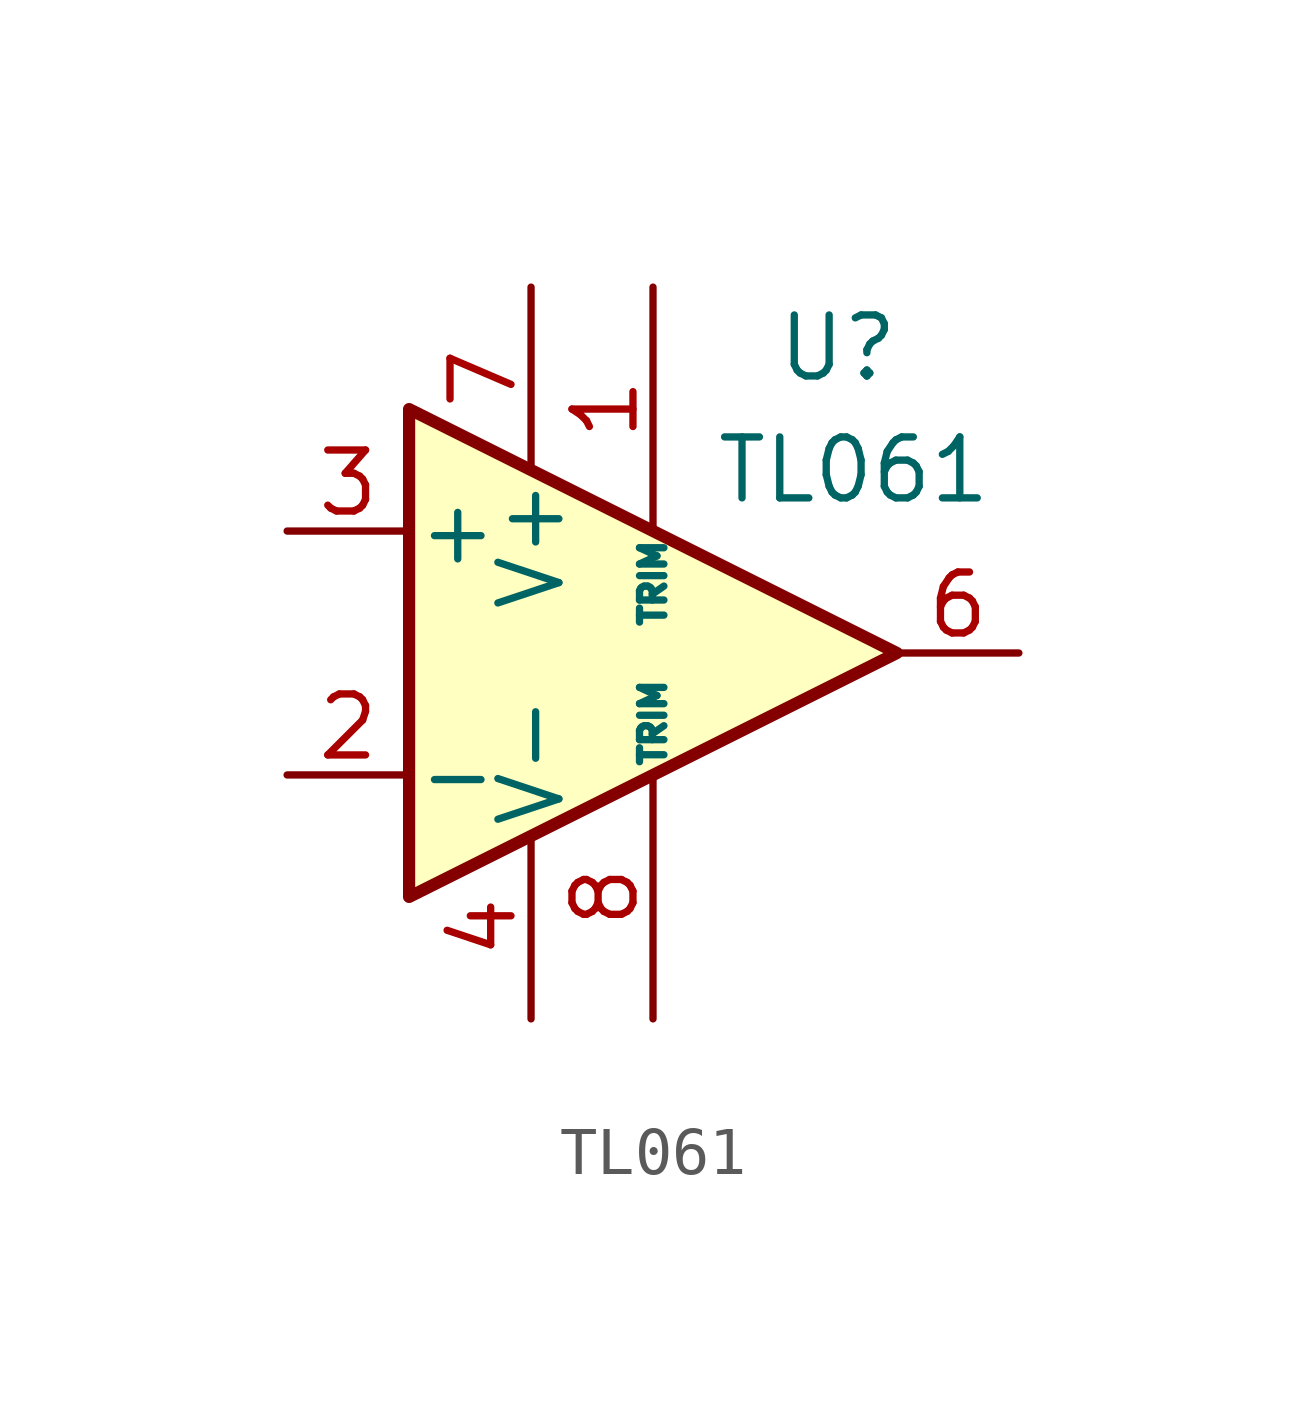
<source format=kicad_sym>
(kicad_symbol_lib
  (version 20220914)
  (generator kicad_symbol_editor)
  (symbol "TL061"
    (pin_names
      (offset 0.127))
    (property "Reference" "U"
      (at 2.54 6.35 0)
      (effects (font (size 1.27 1.27)) (justify left)))
    (property "Value" "TL061"
      (at 1.27 3.81 0)
      (effects (font (size 1.27 1.27)) (justify left)))
    (symbol "TL061_0_1"
      (polyline (pts (xy -5.08 5.08) (xy 5.08 0) (xy -5.08 -5.08) (xy -5.08 5.08)) (stroke (width 0.254) (type solid)) (fill (type background))))
    (symbol "TL061_1_1"
      (pin input line (at 0 7.62 270) (length 5.08) (name "TRIM" (effects (font (size 0.508 0.508)))) (number "1" (effects (font (size 1.27 1.27)))))
      (pin input line (at -7.62 -2.54 0) (length 2.54) (name "-" (effects (font (size 1.27 1.27)))) (number "2" (effects (font (size 1.27 1.27)))))
      (pin input line (at -7.62 2.54 0) (length 2.54) (name "+" (effects (font (size 1.27 1.27)))) (number "3" (effects (font (size 1.27 1.27)))))
      (pin power_in line (at -2.54 -7.62 90) (length 3.81) (name "V-" (effects (font (size 1.27 1.27)))) (number "4" (effects (font (size 1.27 1.27)))))
      (pin no_connect non_logic (at 2.54 -1.27 90) (length 0) hide (name "NC" (effects (font (size 0.508 0.508)))) (number "5" (effects (font (size 1.27 1.27)))))
      (pin output line (at 7.62 0 180) (length 2.54) (name "~" (effects (font (size 1.27 1.27)))) (number "6" (effects (font (size 1.27 1.27)))))
      (pin power_in line (at -2.54 7.62 270) (length 3.81) (name "V+" (effects (font (size 1.27 1.27)))) (number "7" (effects (font (size 1.27 1.27)))))
      (pin input line (at 0 -7.62 90) (length 5.08) (name "TRIM" (effects (font (size 0.508 0.508)))) (number "8" (effects (font (size 1.27 1.27))))))))
</source>
